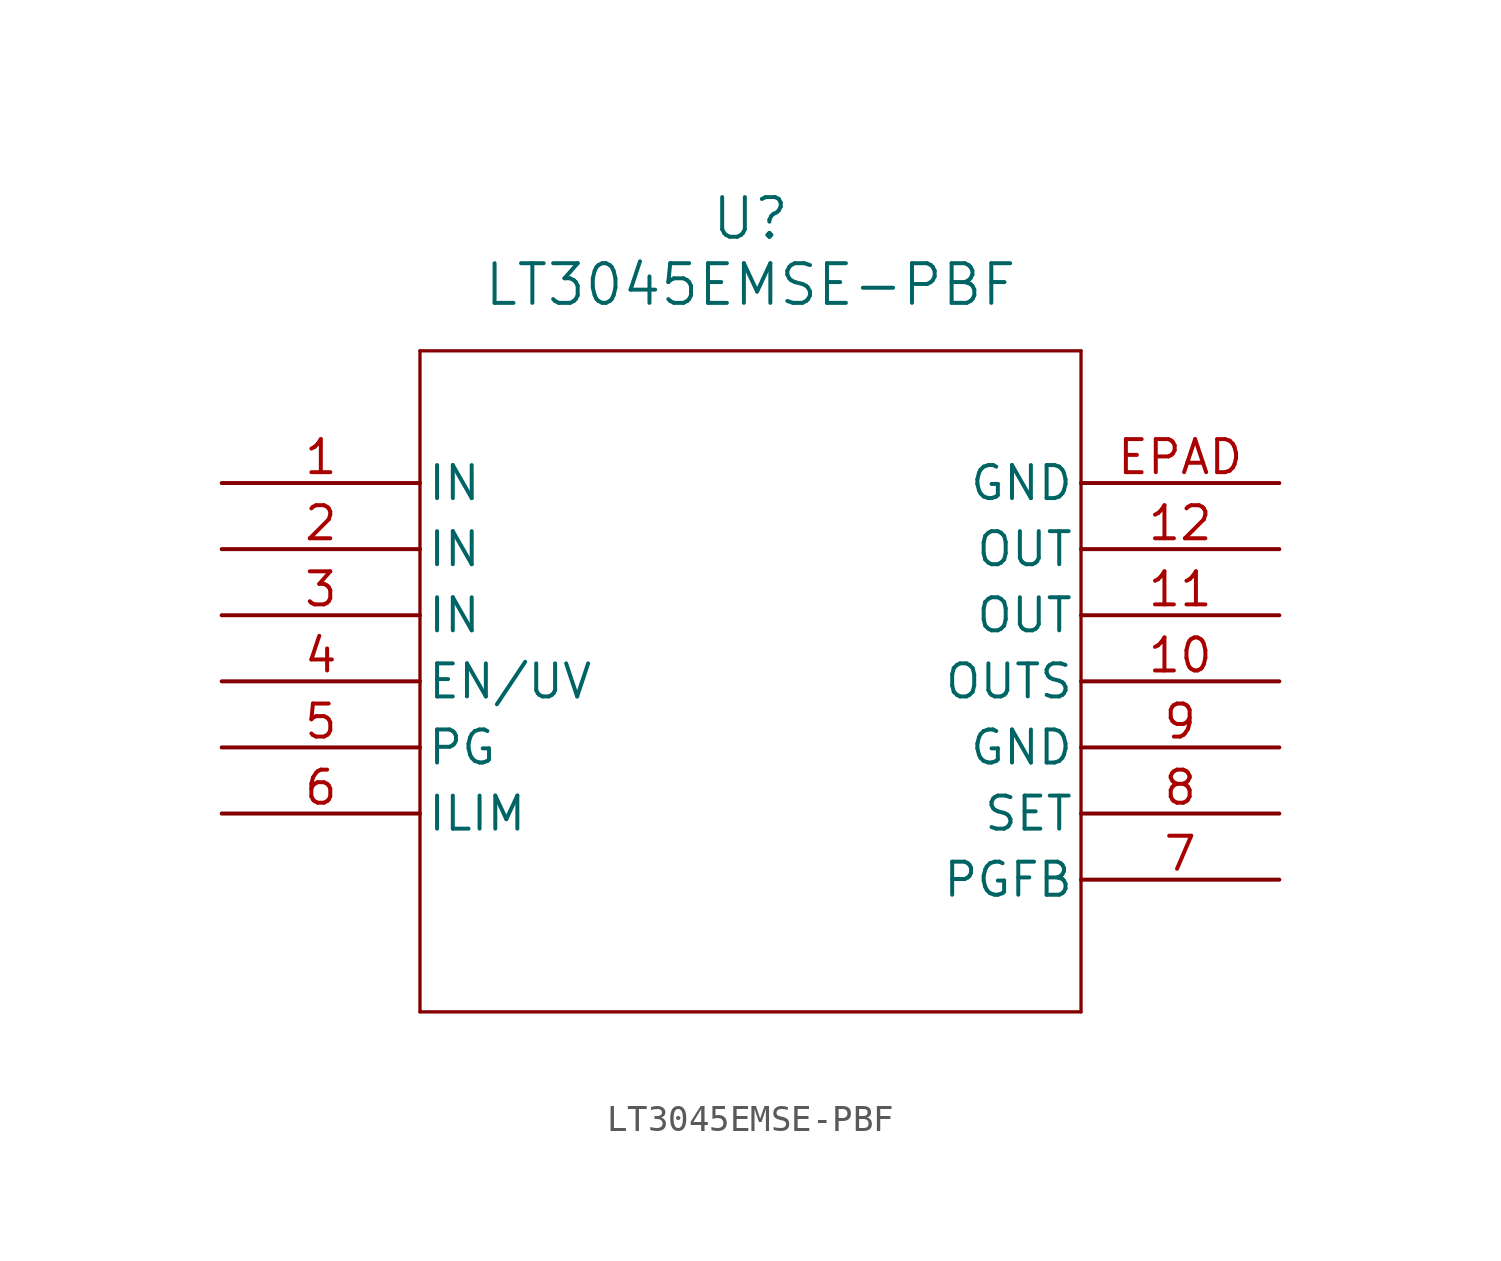
<source format=kicad_sym>
(kicad_symbol_lib
  (version 20211014)
  (generator kicad_symbol_editor)
  (symbol "LT3045EMSE-PBF"
    (pin_names
      (offset 0.254))
    (property "Reference" "U"
      (at 20.32 10.16 0)
      (effects (font (size 1.524 1.524))))
    (property "Value" "LT3045EMSE-PBF"
      (at 20.32 7.62 0)
      (effects (font (size 1.524 1.524))))
    (symbol "LT3045EMSE-PBF_0_1"
      (polyline (pts (xy 7.62 5.08) (xy 7.62 -20.32)) (stroke (width 0.127) (type default) (color 0 0 0 0)) (fill (type none)))
      (polyline (pts (xy 7.62 -20.32) (xy 33.02 -20.32)) (stroke (width 0.127) (type default) (color 0 0 0 0)) (fill (type none)))
      (polyline (pts (xy 33.02 -20.32) (xy 33.02 5.08)) (stroke (width 0.127) (type default) (color 0 0 0 0)) (fill (type none)))
      (polyline (pts (xy 33.02 5.08) (xy 7.62 5.08)) (stroke (width 0.127) (type default) (color 0 0 0 0)) (fill (type none)))
      (pin input line (at 0 0 0) (length 7.62) (name "IN" (effects (font (size 1.27 1.27)))) (number "1" (effects (font (size 1.27 1.27)))))
      (pin input line (at 0 -2.54 0) (length 7.62) (name "IN" (effects (font (size 1.27 1.27)))) (number "2" (effects (font (size 1.27 1.27)))))
      (pin input line (at 0 -5.08 0) (length 7.62) (name "IN" (effects (font (size 1.27 1.27)))) (number "3" (effects (font (size 1.27 1.27)))))
      (pin input line (at 0 -7.62 0) (length 7.62) (name "EN/UV" (effects (font (size 1.27 1.27)))) (number "4" (effects (font (size 1.27 1.27)))))
      (pin output line (at 0 -10.16 0) (length 7.62) (name "PG" (effects (font (size 1.27 1.27)))) (number "5" (effects (font (size 1.27 1.27)))))
      (pin unspecified line (at 0 -12.7 0) (length 7.62) (name "ILIM" (effects (font (size 1.27 1.27)))) (number "6" (effects (font (size 1.27 1.27)))))
      (pin unspecified line (at 40.64 -15.24 180) (length 7.62) (name "PGFB" (effects (font (size 1.27 1.27)))) (number "7" (effects (font (size 1.27 1.27)))))
      (pin input line (at 40.64 -12.7 180) (length 7.62) (name "SET" (effects (font (size 1.27 1.27)))) (number "8" (effects (font (size 1.27 1.27)))))
      (pin power_out line (at 40.64 -10.16 180) (length 7.62) (name "GND" (effects (font (size 1.27 1.27)))) (number "9" (effects (font (size 1.27 1.27)))))
      (pin input line (at 40.64 -7.62 180) (length 7.62) (name "OUTS" (effects (font (size 1.27 1.27)))) (number "10" (effects (font (size 1.27 1.27)))))
      (pin output line (at 40.64 -5.08 180) (length 7.62) (name "OUT" (effects (font (size 1.27 1.27)))) (number "11" (effects (font (size 1.27 1.27)))))
      (pin output line (at 40.64 -2.54 180) (length 7.62) (name "OUT" (effects (font (size 1.27 1.27)))) (number "12" (effects (font (size 1.27 1.27)))))
      (pin power_out line (at 40.64 0 180) (length 7.62) (name "GND" (effects (font (size 1.27 1.27)))) (number "EPAD" (effects (font (size 1.27 1.27))))))))
</source>
